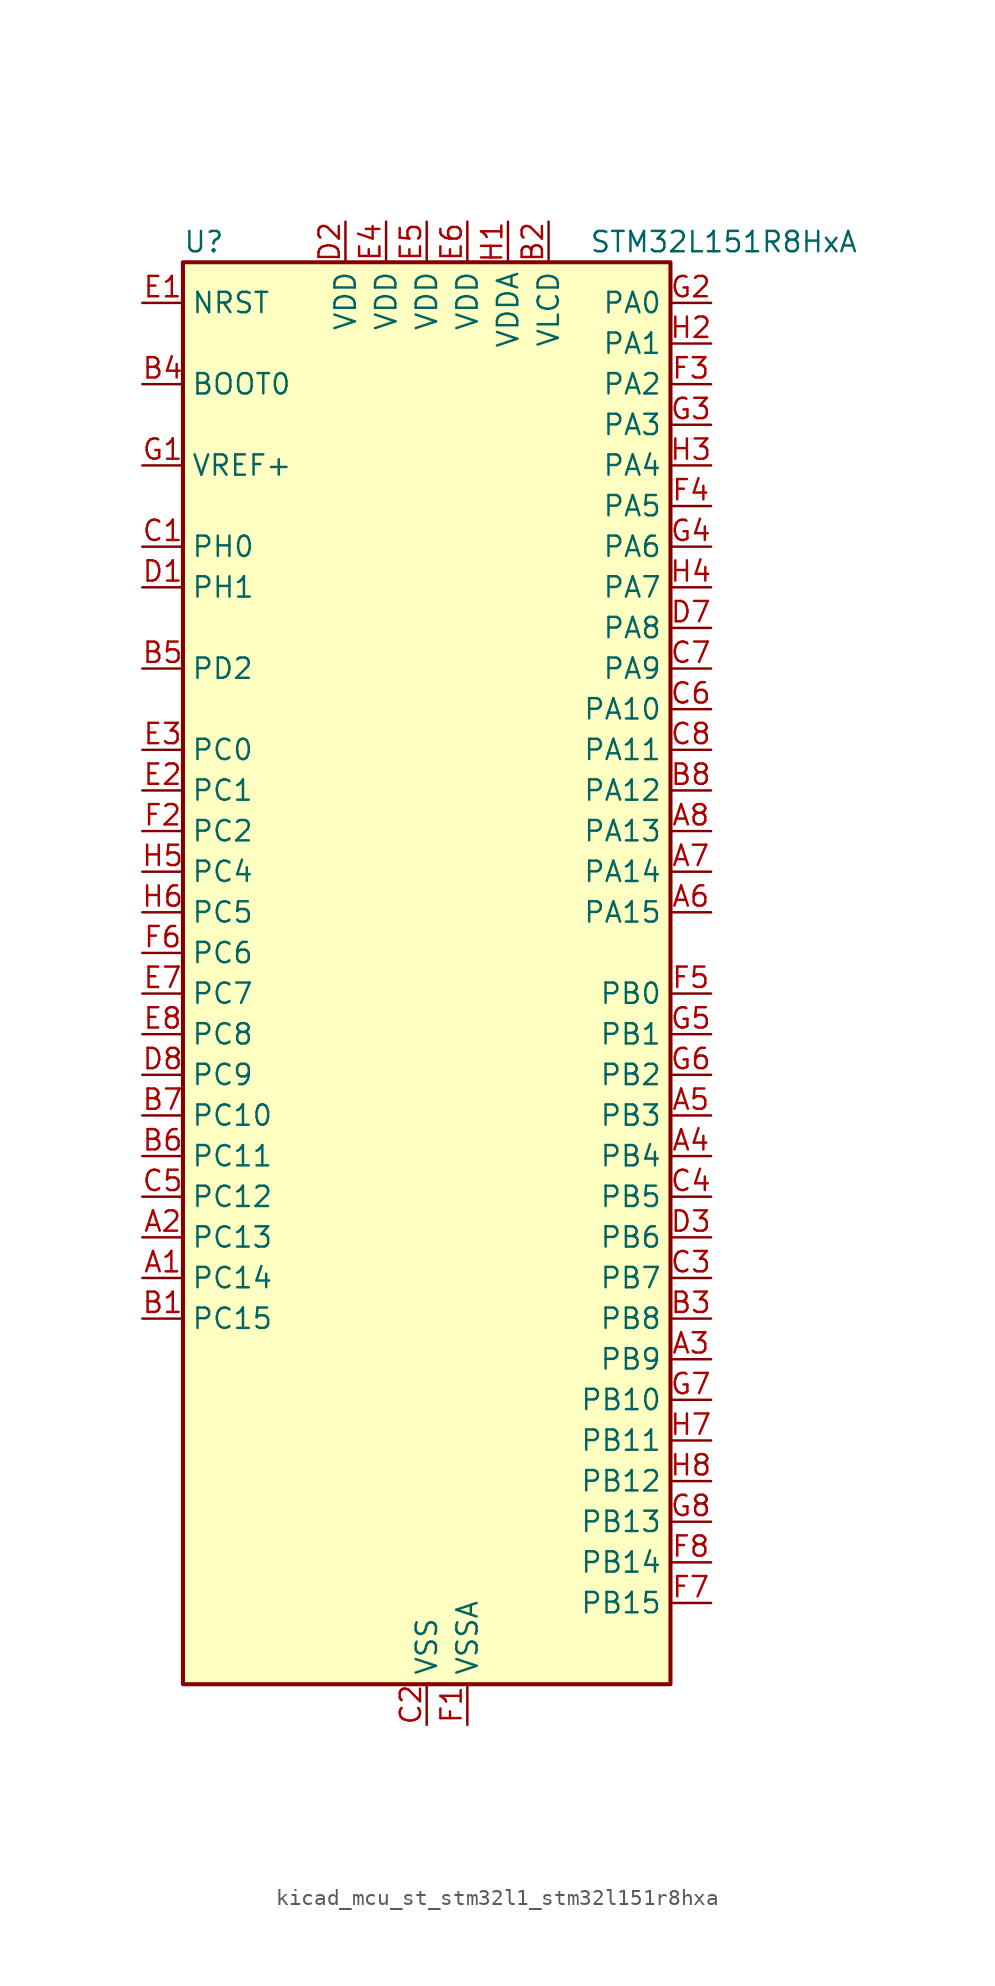
<source format=kicad_sym>
(kicad_symbol_lib
  (version 20220914)
  (generator kicad_symbol_editor)
  (symbol "kicad_mcu_st_stm32l1_stm32l151r8hxa"
    (property "Reference" "U"
      (at -15.24 46.99 0)
      (effects (font (size 1.27 1.27)) (justify left)))
    (property "Value" "STM32L151R8HxA"
      (at 10.16 46.99 0)
      (effects (font (size 1.27 1.27)) (justify left)))
    (property "ki_locked" ""
      (at 0 0 0)
      (effects (font (size 1.27 1.27))))
    (symbol "kicad_mcu_st_stm32l1_stm32l151r8hxa_0_1"
      (rectangle (start -15.24 -43.18) (end 15.24 45.72) (stroke (width 0.254) (type default)) (fill (type background))))
    (symbol "kicad_mcu_st_stm32l1_stm32l151r8hxa_1_1"
      (pin bidirectional line (at -17.78 -17.78 0) (length 2.54) (name "PC14" (effects (font (size 1.27 1.27)))) (number "A1" (effects (font (size 1.27 1.27)))) (alternate "RCC_OSC32_IN" bidirectional line) (alternate "TIMX_IC3" bidirectional line))
      (pin bidirectional line (at -17.78 -15.24 0) (length 2.54) (name "PC13" (effects (font (size 1.27 1.27)))) (number "A2" (effects (font (size 1.27 1.27)))) (alternate "RTC_OUT_ALARM" bidirectional line) (alternate "RTC_OUT_CALIB" bidirectional line) (alternate "RTC_TAMP1" bidirectional line) (alternate "RTC_TS" bidirectional line) (alternate "SYS_WKUP2" bidirectional line) (alternate "TIMX_IC2" bidirectional line))
      (pin bidirectional line (at 17.78 -22.86 180) (length 2.54) (name "PB9" (effects (font (size 1.27 1.27)))) (number "A3" (effects (font (size 1.27 1.27)))) (alternate "DAC_EXTI9" bidirectional line) (alternate "I2C1_SDA" bidirectional line) (alternate "TIM11_CH1" bidirectional line) (alternate "TIM4_CH4" bidirectional line))
      (pin bidirectional line (at 17.78 -10.16 180) (length 2.54) (name "PB4" (effects (font (size 1.27 1.27)))) (number "A4" (effects (font (size 1.27 1.27)))) (alternate "COMP2_INP" bidirectional line) (alternate "SPI1_MISO" bidirectional line) (alternate "SYS_JTRST" bidirectional line) (alternate "TIM3_CH1" bidirectional line) (alternate "TS_G6_IO1" bidirectional line))
      (pin bidirectional line (at 17.78 -7.62 180) (length 2.54) (name "PB3" (effects (font (size 1.27 1.27)))) (number "A5" (effects (font (size 1.27 1.27)))) (alternate "COMP2_INM" bidirectional line) (alternate "SPI1_SCK" bidirectional line) (alternate "SYS_JTDO-TRACESWO" bidirectional line) (alternate "TIM2_CH2" bidirectional line))
      (pin bidirectional line (at 17.78 5.08 180) (length 2.54) (name "PA15" (effects (font (size 1.27 1.27)))) (number "A6" (effects (font (size 1.27 1.27)))) (alternate "ADC_EXTI15" bidirectional line) (alternate "SPI1_NSS" bidirectional line) (alternate "SYS_JTDI" bidirectional line) (alternate "TIM2_CH1" bidirectional line) (alternate "TIM2_ETR" bidirectional line) (alternate "TIMX_IC4" bidirectional line) (alternate "TS_G5_IO3" bidirectional line))
      (pin bidirectional line (at 17.78 7.62 180) (length 2.54) (name "PA14" (effects (font (size 1.27 1.27)))) (number "A7" (effects (font (size 1.27 1.27)))) (alternate "SYS_JTCK-SWCLK" bidirectional line) (alternate "TIMX_IC3" bidirectional line) (alternate "TS_G5_IO2" bidirectional line))
      (pin bidirectional line (at 17.78 10.16 180) (length 2.54) (name "PA13" (effects (font (size 1.27 1.27)))) (number "A8" (effects (font (size 1.27 1.27)))) (alternate "SYS_JTMS-SWDIO" bidirectional line) (alternate "TIMX_IC2" bidirectional line) (alternate "TS_G5_IO1" bidirectional line))
      (pin bidirectional line (at -17.78 -20.32 0) (length 2.54) (name "PC15" (effects (font (size 1.27 1.27)))) (number "B1" (effects (font (size 1.27 1.27)))) (alternate "ADC_EXTI15" bidirectional line) (alternate "RCC_OSC32_OUT" bidirectional line) (alternate "TIMX_IC4" bidirectional line))
      (pin power_in line (at 7.62 48.26 270) (length 2.54) (name "VLCD" (effects (font (size 1.27 1.27)))) (number "B2" (effects (font (size 1.27 1.27)))))
      (pin bidirectional line (at 17.78 -20.32 180) (length 2.54) (name "PB8" (effects (font (size 1.27 1.27)))) (number "B3" (effects (font (size 1.27 1.27)))) (alternate "I2C1_SCL" bidirectional line) (alternate "TIM10_CH1" bidirectional line) (alternate "TIM4_CH3" bidirectional line))
      (pin input line (at -17.78 38.1 0) (length 2.54) (name "BOOT0" (effects (font (size 1.27 1.27)))) (number "B4" (effects (font (size 1.27 1.27)))))
      (pin bidirectional line (at -17.78 20.32 0) (length 2.54) (name "PD2" (effects (font (size 1.27 1.27)))) (number "B5" (effects (font (size 1.27 1.27)))) (alternate "TIM3_ETR" bidirectional line) (alternate "TIMX_IC3" bidirectional line))
      (pin bidirectional line (at -17.78 -10.16 0) (length 2.54) (name "PC11" (effects (font (size 1.27 1.27)))) (number "B6" (effects (font (size 1.27 1.27)))) (alternate "ADC_EXTI11" bidirectional line) (alternate "TIMX_IC4" bidirectional line) (alternate "USART3_RX" bidirectional line))
      (pin bidirectional line (at -17.78 -7.62 0) (length 2.54) (name "PC10" (effects (font (size 1.27 1.27)))) (number "B7" (effects (font (size 1.27 1.27)))) (alternate "TIMX_IC3" bidirectional line) (alternate "USART3_TX" bidirectional line))
      (pin bidirectional line (at 17.78 12.7 180) (length 2.54) (name "PA12" (effects (font (size 1.27 1.27)))) (number "B8" (effects (font (size 1.27 1.27)))) (alternate "SPI1_MOSI" bidirectional line) (alternate "TIMX_IC1" bidirectional line) (alternate "USART1_RTS" bidirectional line) (alternate "USB_DP" bidirectional line))
      (pin bidirectional line (at -17.78 27.94 0) (length 2.54) (name "PH0" (effects (font (size 1.27 1.27)))) (number "C1" (effects (font (size 1.27 1.27)))) (alternate "RCC_OSC_IN" bidirectional line))
      (pin power_in line (at 0 -45.72 90) (length 2.54) (name "VSS" (effects (font (size 1.27 1.27)))) (number "C2" (effects (font (size 1.27 1.27)))))
      (pin bidirectional line (at 17.78 -17.78 180) (length 2.54) (name "PB7" (effects (font (size 1.27 1.27)))) (number "C3" (effects (font (size 1.27 1.27)))) (alternate "I2C1_SDA" bidirectional line) (alternate "SYS_PVD_IN" bidirectional line) (alternate "TIM4_CH2" bidirectional line) (alternate "TS_G6_IO4" bidirectional line) (alternate "USART1_RX" bidirectional line))
      (pin bidirectional line (at 17.78 -12.7 180) (length 2.54) (name "PB5" (effects (font (size 1.27 1.27)))) (number "C4" (effects (font (size 1.27 1.27)))) (alternate "COMP2_INP" bidirectional line) (alternate "I2C1_SMBA" bidirectional line) (alternate "SPI1_MOSI" bidirectional line) (alternate "TIM3_CH2" bidirectional line) (alternate "TS_G6_IO2" bidirectional line))
      (pin bidirectional line (at -17.78 -12.7 0) (length 2.54) (name "PC12" (effects (font (size 1.27 1.27)))) (number "C5" (effects (font (size 1.27 1.27)))) (alternate "TIMX_IC1" bidirectional line) (alternate "USART3_CK" bidirectional line))
      (pin bidirectional line (at 17.78 17.78 180) (length 2.54) (name "PA10" (effects (font (size 1.27 1.27)))) (number "C6" (effects (font (size 1.27 1.27)))) (alternate "TIMX_IC3" bidirectional line) (alternate "TS_G4_IO3" bidirectional line) (alternate "USART1_RX" bidirectional line))
      (pin bidirectional line (at 17.78 20.32 180) (length 2.54) (name "PA9" (effects (font (size 1.27 1.27)))) (number "C7" (effects (font (size 1.27 1.27)))) (alternate "DAC_EXTI9" bidirectional line) (alternate "TIMX_IC2" bidirectional line) (alternate "TS_G4_IO2" bidirectional line) (alternate "USART1_TX" bidirectional line))
      (pin bidirectional line (at 17.78 15.24 180) (length 2.54) (name "PA11" (effects (font (size 1.27 1.27)))) (number "C8" (effects (font (size 1.27 1.27)))) (alternate "ADC_EXTI11" bidirectional line) (alternate "SPI1_MISO" bidirectional line) (alternate "TIMX_IC4" bidirectional line) (alternate "USART1_CTS" bidirectional line) (alternate "USB_DM" bidirectional line))
      (pin bidirectional line (at -17.78 25.4 0) (length 2.54) (name "PH1" (effects (font (size 1.27 1.27)))) (number "D1" (effects (font (size 1.27 1.27)))) (alternate "RCC_OSC_OUT" bidirectional line))
      (pin power_in line (at -5.08 48.26 270) (length 2.54) (name "VDD" (effects (font (size 1.27 1.27)))) (number "D2" (effects (font (size 1.27 1.27)))))
      (pin bidirectional line (at 17.78 -15.24 180) (length 2.54) (name "PB6" (effects (font (size 1.27 1.27)))) (number "D3" (effects (font (size 1.27 1.27)))) (alternate "I2C1_SCL" bidirectional line) (alternate "TIM4_CH1" bidirectional line) (alternate "TS_G6_IO3" bidirectional line) (alternate "USART1_TX" bidirectional line))
      (pin passive line (at 0 -45.72 90) (length 2.54) hide (name "VSS" (effects (font (size 1.27 1.27)))) (number "D4" (effects (font (size 1.27 1.27)))))
      (pin passive line (at 0 -45.72 90) (length 2.54) hide (name "VSS" (effects (font (size 1.27 1.27)))) (number "D5" (effects (font (size 1.27 1.27)))))
      (pin passive line (at 0 -45.72 90) (length 2.54) hide (name "VSS" (effects (font (size 1.27 1.27)))) (number "D6" (effects (font (size 1.27 1.27)))))
      (pin bidirectional line (at 17.78 22.86 180) (length 2.54) (name "PA8" (effects (font (size 1.27 1.27)))) (number "D7" (effects (font (size 1.27 1.27)))) (alternate "RCC_MCO" bidirectional line) (alternate "TIMX_IC1" bidirectional line) (alternate "TS_G4_IO1" bidirectional line) (alternate "USART1_CK" bidirectional line))
      (pin bidirectional line (at -17.78 -5.08 0) (length 2.54) (name "PC9" (effects (font (size 1.27 1.27)))) (number "D8" (effects (font (size 1.27 1.27)))) (alternate "DAC_EXTI9" bidirectional line) (alternate "TIM3_CH4" bidirectional line) (alternate "TIMX_IC2" bidirectional line) (alternate "TS_G10_IO4" bidirectional line))
      (pin input line (at -17.78 43.18 0) (length 2.54) (name "NRST" (effects (font (size 1.27 1.27)))) (number "E1" (effects (font (size 1.27 1.27)))))
      (pin bidirectional line (at -17.78 12.7 0) (length 2.54) (name "PC1" (effects (font (size 1.27 1.27)))) (number "E2" (effects (font (size 1.27 1.27)))) (alternate "ADC_IN11" bidirectional line) (alternate "COMP1_INP" bidirectional line) (alternate "TIMX_IC2" bidirectional line) (alternate "TS_G8_IO2" bidirectional line))
      (pin bidirectional line (at -17.78 15.24 0) (length 2.54) (name "PC0" (effects (font (size 1.27 1.27)))) (number "E3" (effects (font (size 1.27 1.27)))) (alternate "ADC_IN10" bidirectional line) (alternate "COMP1_INP" bidirectional line) (alternate "TIMX_IC1" bidirectional line) (alternate "TS_G8_IO1" bidirectional line))
      (pin power_in line (at -2.54 48.26 270) (length 2.54) (name "VDD" (effects (font (size 1.27 1.27)))) (number "E4" (effects (font (size 1.27 1.27)))))
      (pin power_in line (at 0 48.26 270) (length 2.54) (name "VDD" (effects (font (size 1.27 1.27)))) (number "E5" (effects (font (size 1.27 1.27)))))
      (pin power_in line (at 2.54 48.26 270) (length 2.54) (name "VDD" (effects (font (size 1.27 1.27)))) (number "E6" (effects (font (size 1.27 1.27)))))
      (pin bidirectional line (at -17.78 0 0) (length 2.54) (name "PC7" (effects (font (size 1.27 1.27)))) (number "E7" (effects (font (size 1.27 1.27)))) (alternate "TIM3_CH2" bidirectional line) (alternate "TIMX_IC4" bidirectional line) (alternate "TS_G10_IO2" bidirectional line))
      (pin bidirectional line (at -17.78 -2.54 0) (length 2.54) (name "PC8" (effects (font (size 1.27 1.27)))) (number "E8" (effects (font (size 1.27 1.27)))) (alternate "TIM3_CH3" bidirectional line) (alternate "TIMX_IC1" bidirectional line) (alternate "TS_G10_IO3" bidirectional line))
      (pin power_in line (at 2.54 -45.72 90) (length 2.54) (name "VSSA" (effects (font (size 1.27 1.27)))) (number "F1" (effects (font (size 1.27 1.27)))))
      (pin bidirectional line (at -17.78 10.16 0) (length 2.54) (name "PC2" (effects (font (size 1.27 1.27)))) (number "F2" (effects (font (size 1.27 1.27)))) (alternate "ADC_IN12" bidirectional line) (alternate "COMP1_INP" bidirectional line) (alternate "TIMX_IC3" bidirectional line) (alternate "TS_G8_IO3" bidirectional line))
      (pin bidirectional line (at 17.78 38.1 180) (length 2.54) (name "PA2" (effects (font (size 1.27 1.27)))) (number "F3" (effects (font (size 1.27 1.27)))) (alternate "ADC_IN2" bidirectional line) (alternate "COMP1_INP" bidirectional line) (alternate "TIM2_CH3" bidirectional line) (alternate "TIM9_CH1" bidirectional line) (alternate "TIMX_IC3" bidirectional line) (alternate "TS_G1_IO3" bidirectional line) (alternate "USART2_TX" bidirectional line))
      (pin bidirectional line (at 17.78 30.48 180) (length 2.54) (name "PA5" (effects (font (size 1.27 1.27)))) (number "F4" (effects (font (size 1.27 1.27)))) (alternate "ADC_IN5" bidirectional line) (alternate "COMP1_INP" bidirectional line) (alternate "DAC_OUT2" bidirectional line) (alternate "SPI1_SCK" bidirectional line) (alternate "TIM2_CH1" bidirectional line) (alternate "TIM2_ETR" bidirectional line) (alternate "TIMX_IC2" bidirectional line))
      (pin bidirectional line (at 17.78 0 180) (length 2.54) (name "PB0" (effects (font (size 1.27 1.27)))) (number "F5" (effects (font (size 1.27 1.27)))) (alternate "ADC_IN8" bidirectional line) (alternate "COMP1_INP" bidirectional line) (alternate "SYS_V_REF_OUT" bidirectional line) (alternate "TIM3_CH3" bidirectional line) (alternate "TS_G3_IO1" bidirectional line))
      (pin bidirectional line (at -17.78 2.54 0) (length 2.54) (name "PC6" (effects (font (size 1.27 1.27)))) (number "F6" (effects (font (size 1.27 1.27)))) (alternate "TIM3_CH1" bidirectional line) (alternate "TIMX_IC3" bidirectional line) (alternate "TS_G10_IO1" bidirectional line))
      (pin bidirectional line (at 17.78 -38.1 180) (length 2.54) (name "PB15" (effects (font (size 1.27 1.27)))) (number "F7" (effects (font (size 1.27 1.27)))) (alternate "ADC_EXTI15" bidirectional line) (alternate "ADC_IN21" bidirectional line) (alternate "COMP1_INP" bidirectional line) (alternate "RTC_REFIN" bidirectional line) (alternate "SPI2_MOSI" bidirectional line) (alternate "TIM11_CH1" bidirectional line) (alternate "TS_G7_IO4" bidirectional line))
      (pin bidirectional line (at 17.78 -35.56 180) (length 2.54) (name "PB14" (effects (font (size 1.27 1.27)))) (number "F8" (effects (font (size 1.27 1.27)))) (alternate "ADC_IN20" bidirectional line) (alternate "COMP1_INP" bidirectional line) (alternate "SPI2_MISO" bidirectional line) (alternate "TIM9_CH2" bidirectional line) (alternate "TS_G7_IO3" bidirectional line) (alternate "USART3_RTS" bidirectional line))
      (pin input line (at -17.78 33.02 0) (length 2.54) (name "VREF+" (effects (font (size 1.27 1.27)))) (number "G1" (effects (font (size 1.27 1.27)))))
      (pin bidirectional line (at 17.78 43.18 180) (length 2.54) (name "PA0" (effects (font (size 1.27 1.27)))) (number "G2" (effects (font (size 1.27 1.27)))) (alternate "ADC_IN0" bidirectional line) (alternate "COMP1_INP" bidirectional line) (alternate "RTC_TAMP2" bidirectional line) (alternate "SYS_WKUP1" bidirectional line) (alternate "TIM2_CH1" bidirectional line) (alternate "TIM2_ETR" bidirectional line) (alternate "TIMX_IC1" bidirectional line) (alternate "TS_G1_IO1" bidirectional line) (alternate "USART2_CTS" bidirectional line))
      (pin bidirectional line (at 17.78 35.56 180) (length 2.54) (name "PA3" (effects (font (size 1.27 1.27)))) (number "G3" (effects (font (size 1.27 1.27)))) (alternate "ADC_IN3" bidirectional line) (alternate "COMP1_INP" bidirectional line) (alternate "TIM2_CH4" bidirectional line) (alternate "TIM9_CH2" bidirectional line) (alternate "TIMX_IC4" bidirectional line) (alternate "TS_G1_IO4" bidirectional line) (alternate "USART2_RX" bidirectional line))
      (pin bidirectional line (at 17.78 27.94 180) (length 2.54) (name "PA6" (effects (font (size 1.27 1.27)))) (number "G4" (effects (font (size 1.27 1.27)))) (alternate "ADC_IN6" bidirectional line) (alternate "COMP1_INP" bidirectional line) (alternate "SPI1_MISO" bidirectional line) (alternate "TIM10_CH1" bidirectional line) (alternate "TIM3_CH1" bidirectional line) (alternate "TIMX_IC3" bidirectional line) (alternate "TS_G2_IO1" bidirectional line))
      (pin bidirectional line (at 17.78 -2.54 180) (length 2.54) (name "PB1" (effects (font (size 1.27 1.27)))) (number "G5" (effects (font (size 1.27 1.27)))) (alternate "ADC_IN9" bidirectional line) (alternate "COMP1_INP" bidirectional line) (alternate "SYS_V_REF_OUT" bidirectional line) (alternate "TIM3_CH4" bidirectional line) (alternate "TS_G3_IO2" bidirectional line))
      (pin bidirectional line (at 17.78 -5.08 180) (length 2.54) (name "PB2" (effects (font (size 1.27 1.27)))) (number "G6" (effects (font (size 1.27 1.27)))) (alternate "TS_G3_IO3" bidirectional line))
      (pin bidirectional line (at 17.78 -25.4 180) (length 2.54) (name "PB10" (effects (font (size 1.27 1.27)))) (number "G7" (effects (font (size 1.27 1.27)))) (alternate "I2C2_SCL" bidirectional line) (alternate "TIM2_CH3" bidirectional line) (alternate "USART3_TX" bidirectional line))
      (pin bidirectional line (at 17.78 -33.02 180) (length 2.54) (name "PB13" (effects (font (size 1.27 1.27)))) (number "G8" (effects (font (size 1.27 1.27)))) (alternate "ADC_IN19" bidirectional line) (alternate "COMP1_INP" bidirectional line) (alternate "SPI2_SCK" bidirectional line) (alternate "TIM9_CH1" bidirectional line) (alternate "TS_G7_IO2" bidirectional line) (alternate "USART3_CTS" bidirectional line))
      (pin power_in line (at 5.08 48.26 270) (length 2.54) (name "VDDA" (effects (font (size 1.27 1.27)))) (number "H1" (effects (font (size 1.27 1.27)))))
      (pin bidirectional line (at 17.78 40.64 180) (length 2.54) (name "PA1" (effects (font (size 1.27 1.27)))) (number "H2" (effects (font (size 1.27 1.27)))) (alternate "ADC_IN1" bidirectional line) (alternate "COMP1_INP" bidirectional line) (alternate "TIM2_CH2" bidirectional line) (alternate "TIMX_IC2" bidirectional line) (alternate "TS_G1_IO2" bidirectional line) (alternate "USART2_RTS" bidirectional line))
      (pin bidirectional line (at 17.78 33.02 180) (length 2.54) (name "PA4" (effects (font (size 1.27 1.27)))) (number "H3" (effects (font (size 1.27 1.27)))) (alternate "ADC_IN4" bidirectional line) (alternate "COMP1_INP" bidirectional line) (alternate "DAC_OUT1" bidirectional line) (alternate "SPI1_NSS" bidirectional line) (alternate "TIMX_IC1" bidirectional line) (alternate "USART2_CK" bidirectional line))
      (pin bidirectional line (at 17.78 25.4 180) (length 2.54) (name "PA7" (effects (font (size 1.27 1.27)))) (number "H4" (effects (font (size 1.27 1.27)))) (alternate "ADC_IN7" bidirectional line) (alternate "COMP1_INP" bidirectional line) (alternate "SPI1_MOSI" bidirectional line) (alternate "TIM11_CH1" bidirectional line) (alternate "TIM3_CH2" bidirectional line) (alternate "TIMX_IC4" bidirectional line) (alternate "TS_G2_IO2" bidirectional line))
      (pin bidirectional line (at -17.78 7.62 0) (length 2.54) (name "PC4" (effects (font (size 1.27 1.27)))) (number "H5" (effects (font (size 1.27 1.27)))) (alternate "ADC_IN14" bidirectional line) (alternate "COMP1_INP" bidirectional line) (alternate "TIMX_IC1" bidirectional line) (alternate "TS_G9_IO1" bidirectional line))
      (pin bidirectional line (at -17.78 5.08 0) (length 2.54) (name "PC5" (effects (font (size 1.27 1.27)))) (number "H6" (effects (font (size 1.27 1.27)))) (alternate "ADC_IN15" bidirectional line) (alternate "COMP1_INP" bidirectional line) (alternate "TIMX_IC2" bidirectional line) (alternate "TS_G9_IO2" bidirectional line))
      (pin bidirectional line (at 17.78 -27.94 180) (length 2.54) (name "PB11" (effects (font (size 1.27 1.27)))) (number "H7" (effects (font (size 1.27 1.27)))) (alternate "ADC_EXTI11" bidirectional line) (alternate "I2C2_SDA" bidirectional line) (alternate "TIM2_CH4" bidirectional line) (alternate "USART3_RX" bidirectional line))
      (pin bidirectional line (at 17.78 -30.48 180) (length 2.54) (name "PB12" (effects (font (size 1.27 1.27)))) (number "H8" (effects (font (size 1.27 1.27)))) (alternate "ADC_IN18" bidirectional line) (alternate "COMP1_INP" bidirectional line) (alternate "I2C2_SMBA" bidirectional line) (alternate "SPI2_NSS" bidirectional line) (alternate "TIM10_CH1" bidirectional line) (alternate "TS_G7_IO1" bidirectional line) (alternate "USART3_CK" bidirectional line)))))
</source>
